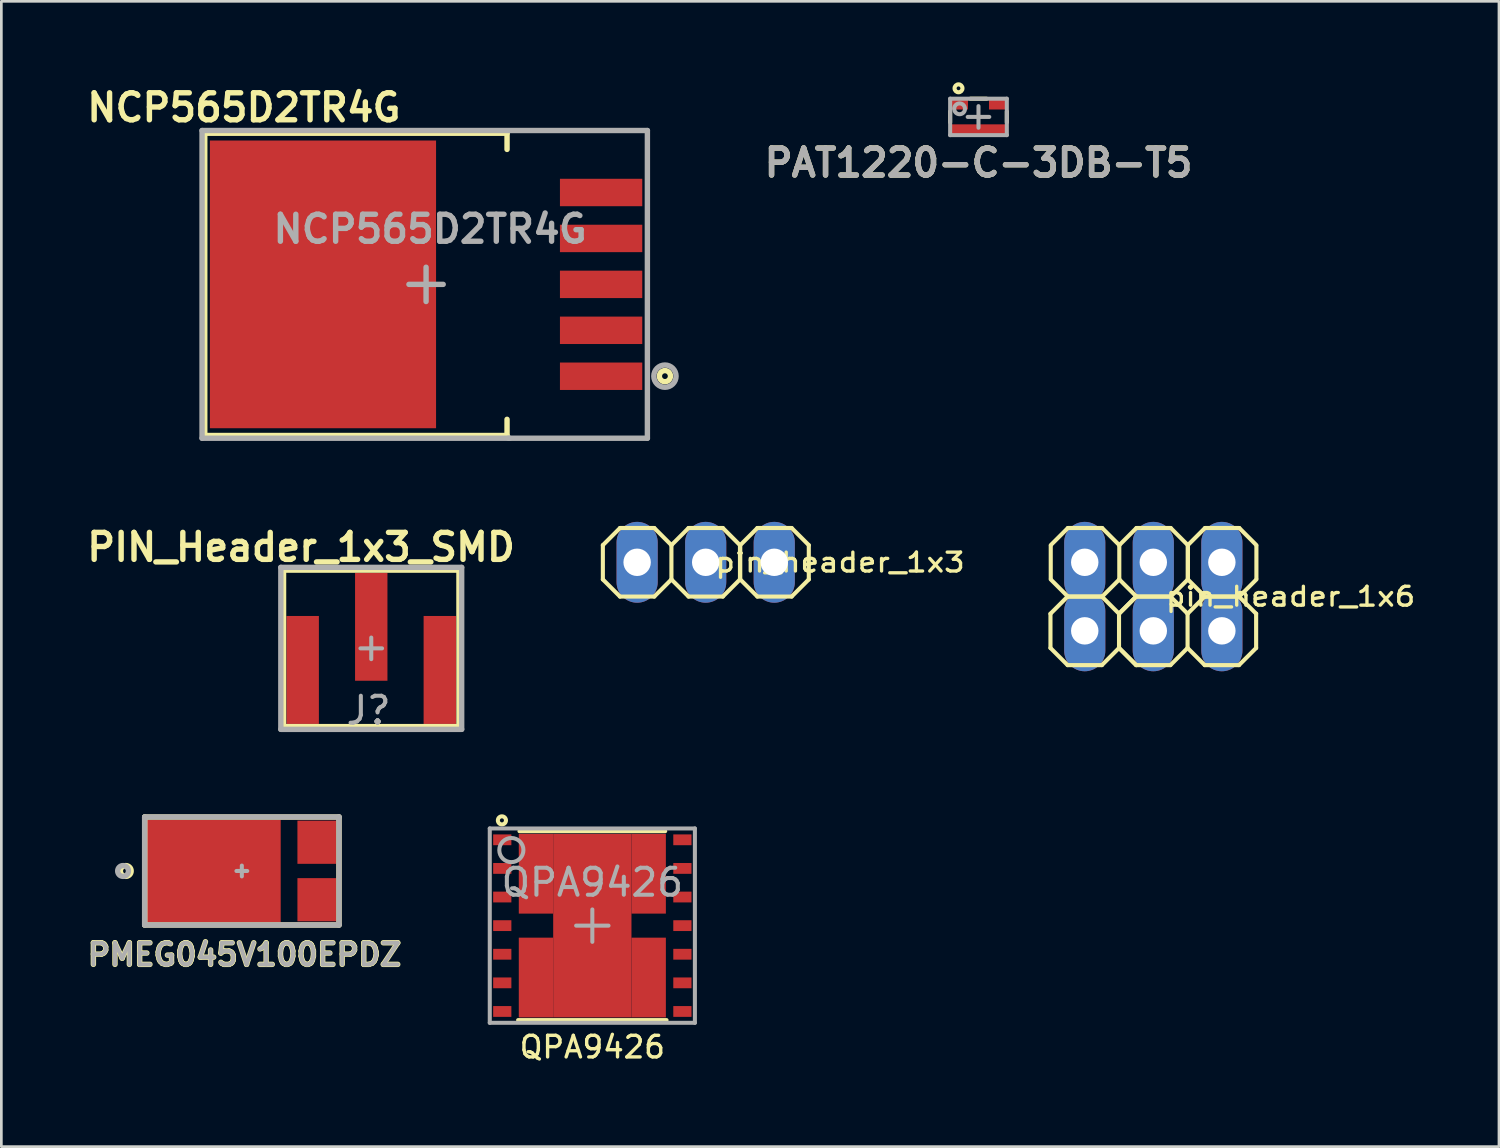
<source format=kicad_pcb>
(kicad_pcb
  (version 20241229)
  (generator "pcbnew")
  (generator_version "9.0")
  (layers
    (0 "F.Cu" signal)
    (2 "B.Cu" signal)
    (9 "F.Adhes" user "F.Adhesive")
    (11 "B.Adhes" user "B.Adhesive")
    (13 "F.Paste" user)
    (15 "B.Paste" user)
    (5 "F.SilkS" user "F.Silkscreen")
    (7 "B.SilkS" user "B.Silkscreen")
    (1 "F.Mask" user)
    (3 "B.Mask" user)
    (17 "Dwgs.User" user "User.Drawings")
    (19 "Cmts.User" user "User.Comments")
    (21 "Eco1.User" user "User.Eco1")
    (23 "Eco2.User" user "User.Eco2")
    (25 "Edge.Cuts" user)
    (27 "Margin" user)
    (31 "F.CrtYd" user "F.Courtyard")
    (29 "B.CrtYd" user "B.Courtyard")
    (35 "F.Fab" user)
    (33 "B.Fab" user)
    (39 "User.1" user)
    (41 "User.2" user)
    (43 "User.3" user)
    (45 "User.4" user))
  (footprint "PIN_Header_1x3_SMD"
    (layer "F.Cu")
    (at 10.705 20.972)
    (property "Reference" "PIN_Header_1x3_SMD" (at -2.6 -3.75 0) (layer "F.SilkS") (effects (font (size 1 1) (thickness 0.2))))
    (attr smd)
    (fp_line (start -3.25 -2.9) (end -3.25 2.9) (stroke (width 0.2) (type solid)) (layer "F.SilkS"))
    (fp_line (start -3.25 -2.9) (end 3.25 -2.9) (stroke (width 0.2) (type solid)) (layer "F.SilkS"))
    (fp_line (start 3.25 -2.9) (end 3.25 2.9) (stroke (width 0.2) (type solid)) (layer "F.SilkS"))
    (fp_line (start 3.25 2.9) (end -3.25 2.9) (stroke (width 0.2) (type solid)) (layer "F.SilkS"))
    (fp_line (start -3.35 3) (end -3.35 -3) (stroke (width 0.2) (type solid)) (layer "F.Fab"))
    (fp_line (start -3.35 3) (end 3.35 3) (stroke (width 0.2) (type solid)) (layer "F.Fab"))
    (fp_line (start -0.4 0) (end 0.4 0) (stroke (width 0.15) (type solid)) (layer "F.Fab"))
    (fp_line (start 0 -0.4) (end 0 0.4) (stroke (width 0.15) (type solid)) (layer "F.Fab"))
    (fp_line (start 3.35 -3) (end -3.35 -3) (stroke (width 0.2) (type solid)) (layer "F.Fab"))
    (fp_line (start 3.35 -3) (end 3.35 3) (stroke (width 0.2) (type solid)) (layer "F.Fab"))
    (fp_text user "J?" (at -0.1 2.3 0) (layer "F.Fab") (effects (font (size 1 1) (thickness 0.15))))
    (pad "1" smd rect (at -2.54 0.8) (size 1.2 4) (layers "F.Cu" "F.Mask" "F.Paste"))
    (pad "2" smd rect (at 0 -0.8) (size 1.2 4) (layers "F.Cu" "F.Mask" "F.Paste"))
    (pad "3" smd rect (at 2.54 0.8) (size 1.2 4) (layers "F.Cu" "F.Mask" "F.Paste")))
  (footprint "pin_header_1x3"
    (layer "F.Cu")
    (at 23.101 17.783)
    (property "Reference" "pin_header_1x3" (at 4.972 0.005 0) (layer "F.SilkS") (effects (font (size 0.699 0.798) (thickness 0.124))))
    (attr smd)
    (fp_line (start -3.815 -0.635) (end -3.18 -1.27) (stroke (width 0.152) (type solid)) (layer "F.SilkS"))
    (fp_line (start -3.815 0.635) (end -3.815 -0.635) (stroke (width 0.152) (type solid)) (layer "F.SilkS"))
    (fp_line (start -3.18 -1.27) (end -1.91 -1.27) (stroke (width 0.152) (type solid)) (layer "F.SilkS"))
    (fp_line (start -3.18 1.27) (end -3.815 0.635) (stroke (width 0.152) (type solid)) (layer "F.SilkS"))
    (fp_line (start -1.91 -1.27) (end -1.275 -0.635) (stroke (width 0.152) (type solid)) (layer "F.SilkS"))
    (fp_line (start -1.91 1.27) (end -3.18 1.27) (stroke (width 0.152) (type solid)) (layer "F.SilkS"))
    (fp_line (start -1.275 -0.635) (end -0.64 -1.27) (stroke (width 0.152) (type solid)) (layer "F.SilkS"))
    (fp_line (start -1.275 -0.599) (end -1.275 0.599) (stroke (width 0.152) (type solid)) (layer "F.SilkS"))
    (fp_line (start -1.275 0.635) (end -1.91 1.27) (stroke (width 0.152) (type solid)) (layer "F.SilkS"))
    (fp_line (start -0.64 -1.27) (end 0.63 -1.27) (stroke (width 0.152) (type solid)) (layer "F.SilkS"))
    (fp_line (start -0.64 1.27) (end -1.275 0.635) (stroke (width 0.152) (type solid)) (layer "F.SilkS"))
    (fp_line (start 0.63 -1.27) (end 1.265 -0.635) (stroke (width 0.152) (type solid)) (layer "F.SilkS"))
    (fp_line (start 0.63 1.27) (end -0.64 1.27) (stroke (width 0.152) (type solid)) (layer "F.SilkS"))
    (fp_line (start 1.265 -0.635) (end 1.265 0.635) (stroke (width 0.152) (type solid)) (layer "F.SilkS"))
    (fp_line (start 1.265 0.635) (end 0.63 1.27) (stroke (width 0.152) (type solid)) (layer "F.SilkS"))
    (fp_line (start 1.275 -0.635) (end 1.91 -1.27) (stroke (width 0.152) (type solid)) (layer "F.SilkS"))
    (fp_line (start 1.275 -0.599) (end 1.275 0.599) (stroke (width 0.152) (type solid)) (layer "F.SilkS"))
    (fp_line (start 1.91 -1.27) (end 3.18 -1.27) (stroke (width 0.152) (type solid)) (layer "F.SilkS"))
    (fp_line (start 1.91 1.27) (end 1.275 0.635) (stroke (width 0.152) (type solid)) (layer "F.SilkS"))
    (fp_line (start 3.18 -1.27) (end 3.815 -0.635) (stroke (width 0.152) (type solid)) (layer "F.SilkS"))
    (fp_line (start 3.18 1.27) (end 1.91 1.27) (stroke (width 0.152) (type solid)) (layer "F.SilkS"))
    (fp_line (start 3.815 -0.635) (end 3.815 0.635) (stroke (width 0.152) (type solid)) (layer "F.SilkS"))
    (fp_line (start 3.815 0.635) (end 3.18 1.27) (stroke (width 0.152) (type solid)) (layer "F.SilkS"))
    (pad "1" thru_hole oval (at -2.545 0) (size 1.524 2.995) (drill 1.016) (layers "*.Cu" "*.Mask" "B.Paste"))
    (pad "2" thru_hole oval (at -0.005 0) (size 1.524 2.995) (drill 1.016) (layers "*.Cu" "*.Mask" "B.Paste"))
    (pad "3" thru_hole oval (at 2.535 0) (size 1.524 2.995) (drill 1.016) (layers "*.Cu" "*.Mask" "B.Paste")))
  (footprint "PAT1220-C-3DB-T5"
    (layer "F.Cu")
    (at 33.203 1.282)
    (property "Reference" "PAT1220-C-3DB-T5" (at 0 1.7 0) (layer "F.SilkS") (effects (font (size 1 1) (thickness 0.2))))
    (attr through_hole)
    (fp_line (start -1.05 0.2) (end -1.05 -0.2) (stroke (width 0.15) (type solid)) (layer "F.SilkS"))
    (fp_line (start -0.3 -0.675) (end 0.3 -0.675) (stroke (width 0.15) (type solid)) (layer "F.SilkS"))
    (fp_line (start 1.05 0.2) (end 1.05 -0.2) (stroke (width 0.15) (type solid)) (layer "F.SilkS"))
    (fp_circle (center -0.74 -1.06) (end -0.633 -0.96) (stroke (width 0.152) (type solid)) (fill no) (layer "F.SilkS"))
    (fp_line (start -1.05 -0.675) (end -1.05 0.675) (stroke (width 0.15) (type solid)) (layer "F.Fab"))
    (fp_line (start -0.4 0) (end 0.4 0) (stroke (width 0.15) (type solid)) (layer "F.Fab"))
    (fp_line (start 0 -0.4) (end 0 0.4) (stroke (width 0.15) (type solid)) (layer "F.Fab"))
    (fp_line (start 1.05 -0.675) (end -1.05 -0.675) (stroke (width 0.15) (type solid)) (layer "F.Fab"))
    (fp_line (start 1.05 -0.675) (end 1.05 0.675) (stroke (width 0.15) (type solid)) (layer "F.Fab"))
    (fp_line (start 1.05 0.675) (end -1.05 0.675) (stroke (width 0.15) (type solid)) (layer "F.Fab"))
    (fp_circle (center -0.7 -0.3) (end -0.5 -0.3) (stroke (width 0.15) (type solid)) (fill no) (layer "F.Fab"))
    (fp_text user "${REFERENCE}" (at 0 1.7 0) (layer "F.Fab") (effects (font (size 1 1) (thickness 0.2))))
    (pad "1" smd rect (at -0.74 -0.475) (size 0.7 0.4) (layers "F.Cu" "F.Mask" "F.Paste"))
    (pad "2" smd rect (at 0.74 -0.475) (size 0.7 0.4) (layers "F.Cu" "F.Mask" "F.Paste"))
    (pad "3" smd rect (at 0 0.475) (size 2.1 0.4) (layers "F.Cu" "F.Mask" "F.Paste")))
  (footprint "pin_header_1x6"
    (layer "F.Cu")
    (at 39.685 19.053)
    (property "Reference" "pin_header_1x6" (at 5.08 0 0) (layer "F.SilkS") (effects (font (size 0.699 0.798) (thickness 0.124))))
    (attr smd)
    (fp_line (start -3.815 0.635) (end -3.18 0) (stroke (width 0.152) (type solid)) (layer "F.SilkS"))
    (fp_line (start -3.815 1.905) (end -3.815 0.635) (stroke (width 0.152) (type solid)) (layer "F.SilkS"))
    (fp_line (start -3.805 -1.905) (end -3.17 -2.54) (stroke (width 0.152) (type solid)) (layer "F.SilkS"))
    (fp_line (start -3.805 -1.869) (end -3.805 -0.671) (stroke (width 0.152) (type solid)) (layer "F.SilkS"))
    (fp_line (start -3.18 0) (end -1.91 0) (stroke (width 0.152) (type solid)) (layer "F.SilkS"))
    (fp_line (start -3.18 2.54) (end -3.815 1.905) (stroke (width 0.152) (type solid)) (layer "F.SilkS"))
    (fp_line (start -3.17 -2.54) (end -1.9 -2.54) (stroke (width 0.152) (type solid)) (layer "F.SilkS"))
    (fp_line (start -3.17 0) (end -3.805 -0.635) (stroke (width 0.152) (type solid)) (layer "F.SilkS"))
    (fp_line (start -1.91 0) (end -1.275 0.635) (stroke (width 0.152) (type solid)) (layer "F.SilkS"))
    (fp_line (start -1.91 2.54) (end -3.18 2.54) (stroke (width 0.152) (type solid)) (layer "F.SilkS"))
    (fp_line (start -1.9 -2.54) (end -1.265 -1.905) (stroke (width 0.152) (type solid)) (layer "F.SilkS"))
    (fp_line (start -1.9 0) (end -3.17 0) (stroke (width 0.152) (type solid)) (layer "F.SilkS"))
    (fp_line (start -1.275 0.635) (end -0.64 0) (stroke (width 0.152) (type solid)) (layer "F.SilkS"))
    (fp_line (start -1.275 0.635) (end -0.64 0) (stroke (width 0.152) (type solid)) (layer "F.SilkS"))
    (fp_line (start -1.275 1.905) (end -1.91 2.54) (stroke (width 0.152) (type solid)) (layer "F.SilkS"))
    (fp_line (start -1.275 1.905) (end -1.275 0.635) (stroke (width 0.152) (type solid)) (layer "F.SilkS"))
    (fp_line (start -1.265 -1.905) (end -1.265 -0.635) (stroke (width 0.152) (type solid)) (layer "F.SilkS"))
    (fp_line (start -1.265 -1.905) (end -0.63 -2.54) (stroke (width 0.152) (type solid)) (layer "F.SilkS"))
    (fp_line (start -1.265 -0.635) (end -1.9 0) (stroke (width 0.152) (type solid)) (layer "F.SilkS"))
    (fp_line (start -0.64 0) (end 0.63 0) (stroke (width 0.152) (type solid)) (layer "F.SilkS"))
    (fp_line (start -0.64 2.54) (end -1.275 1.905) (stroke (width 0.152) (type solid)) (layer "F.SilkS"))
    (fp_line (start -0.64 2.54) (end -1.275 1.905) (stroke (width 0.152) (type solid)) (layer "F.SilkS"))
    (fp_line (start -0.63 -2.54) (end 0.64 -2.54) (stroke (width 0.152) (type solid)) (layer "F.SilkS"))
    (fp_line (start -0.63 0) (end -1.265 -0.635) (stroke (width 0.152) (type solid)) (layer "F.SilkS"))
    (fp_line (start 0.63 0) (end 1.265 0.635) (stroke (width 0.152) (type solid)) (layer "F.SilkS"))
    (fp_line (start 0.63 2.54) (end -0.64 2.54) (stroke (width 0.152) (type solid)) (layer "F.SilkS"))
    (fp_line (start 0.64 -2.54) (end 1.275 -1.905) (stroke (width 0.152) (type solid)) (layer "F.SilkS"))
    (fp_line (start 0.64 0) (end -0.63 0) (stroke (width 0.152) (type solid)) (layer "F.SilkS"))
    (fp_line (start 1.265 0.635) (end 1.9 0) (stroke (width 0.152) (type solid)) (layer "F.SilkS"))
    (fp_line (start 1.265 0.671) (end 1.265 1.869) (stroke (width 0.152) (type solid)) (layer "F.SilkS"))
    (fp_line (start 1.265 1.905) (end 0.63 2.54) (stroke (width 0.152) (type solid)) (layer "F.SilkS"))
    (fp_line (start 1.275 -1.905) (end 1.275 -0.635) (stroke (width 0.152) (type solid)) (layer "F.SilkS"))
    (fp_line (start 1.275 -1.905) (end 1.91 -2.54) (stroke (width 0.152) (type solid)) (layer "F.SilkS"))
    (fp_line (start 1.275 -1.869) (end 1.275 -0.671) (stroke (width 0.152) (type solid)) (layer "F.SilkS"))
    (fp_line (start 1.275 -0.635) (end 0.64 0) (stroke (width 0.152) (type solid)) (layer "F.SilkS"))
    (fp_line (start 1.9 0) (end 3.17 0) (stroke (width 0.152) (type solid)) (layer "F.SilkS"))
    (fp_line (start 1.9 2.54) (end 1.265 1.905) (stroke (width 0.152) (type solid)) (layer "F.SilkS"))
    (fp_line (start 1.91 -2.54) (end 3.18 -2.54) (stroke (width 0.152) (type solid)) (layer "F.SilkS"))
    (fp_line (start 1.91 0) (end 1.275 -0.635) (stroke (width 0.152) (type solid)) (layer "F.SilkS"))
    (fp_line (start 3.17 0) (end 3.805 0.635) (stroke (width 0.152) (type solid)) (layer "F.SilkS"))
    (fp_line (start 3.17 2.54) (end 1.9 2.54) (stroke (width 0.152) (type solid)) (layer "F.SilkS"))
    (fp_line (start 3.18 -2.54) (end 3.815 -1.905) (stroke (width 0.152) (type solid)) (layer "F.SilkS"))
    (fp_line (start 3.18 0) (end 1.91 0) (stroke (width 0.152) (type solid)) (layer "F.SilkS"))
    (fp_line (start 3.805 0.635) (end 3.805 1.905) (stroke (width 0.152) (type solid)) (layer "F.SilkS"))
    (fp_line (start 3.805 1.905) (end 3.17 2.54) (stroke (width 0.152) (type solid)) (layer "F.SilkS"))
    (fp_line (start 3.815 -1.869) (end 3.815 -0.671) (stroke (width 0.152) (type solid)) (layer "F.SilkS"))
    (fp_line (start 3.815 -0.635) (end 3.18 0) (stroke (width 0.152) (type solid)) (layer "F.SilkS"))
    (pad "1" thru_hole oval (at -2.545 1.27) (size 1.524 2.995) (drill 1.016) (layers "*.Cu" "*.Mask" "B.Paste"))
    (pad "2" thru_hole oval (at -0.005 1.27) (size 1.524 2.995) (drill 1.016) (layers "*.Cu" "*.Mask" "B.Paste"))
    (pad "3" thru_hole oval (at 2.535 1.27) (size 1.524 2.995) (drill 1.016) (layers "*.Cu" "*.Mask" "B.Paste"))
    (pad "4" thru_hole oval (at -2.545 -1.27) (size 1.524 2.995) (drill 1.016) (layers "*.Cu" "*.Mask" "B.Paste"))
    (pad "5" thru_hole oval (at -0.005 -1.27) (size 1.524 2.995) (drill 1.016) (layers "*.Cu" "*.Mask" "B.Paste"))
    (pad "6" thru_hole oval (at 2.535 -1.27) (size 1.524 2.995) (drill 1.016) (layers "*.Cu" "*.Mask" "B.Paste")))
  (footprint "PMEG045V100EPDZ"
    (layer "F.Cu")
    (at 5.91 29.22)
    (property "Reference" "PMEG045V100EPDZ" (at 0.1 3.1 0) (layer "F.SilkS") (effects (font (size 0.8 0.8) (thickness 0.2))))
    (attr smd)
    (fp_line (start -3.6 -2) (end 3.6 -2) (stroke (width 0.2) (type solid)) (layer "F.SilkS"))
    (fp_line (start -3.6 2) (end -3.6 -2) (stroke (width 0.2) (type solid)) (layer "F.SilkS"))
    (fp_line (start 3.6 -2) (end 3.6 2) (stroke (width 0.2) (type solid)) (layer "F.SilkS"))
    (fp_line (start 3.6 2) (end -3.6 2) (stroke (width 0.2) (type solid)) (layer "F.SilkS"))
    (fp_circle (center -4.3 0) (end -4.1 0) (stroke (width 0.2) (type solid)) (fill no) (layer "F.SilkS"))
    (fp_line (start -3.6 -2) (end 3.6 -2) (stroke (width 0.2) (type solid)) (layer "F.Fab"))
    (fp_line (start -3.6 2) (end -3.6 -2) (stroke (width 0.2) (type solid)) (layer "F.Fab"))
    (fp_line (start -0.2 0) (end 0.2 0) (stroke (width 0.15) (type solid)) (layer "F.Fab"))
    (fp_line (start 0 -0.2) (end 0 0.2) (stroke (width 0.15) (type solid)) (layer "F.Fab"))
    (fp_line (start 3.6 -2) (end 3.6 2) (stroke (width 0.2) (type solid)) (layer "F.Fab"))
    (fp_line (start 3.6 2) (end -3.6 2) (stroke (width 0.2) (type solid)) (layer "F.Fab"))
    (fp_circle (center -4.4 0) (end -4.2 0) (stroke (width 0.2) (type solid)) (fill no) (layer "F.Fab"))
    (fp_text user "${REFERENCE}" (at 0.1 3.1 0) (layer "F.Fab") (effects (font (size 0.8 0.8) (thickness 0.15))))
    (pad "1" smd rect (at -3.15 0) (size 0.6 2.4) (layers "F.Cu" "F.Mask" "F.Paste"))
    (pad "1" smd rect (at -1.7 -0.95) (size 1.9 1.7) (layers "F.Cu" "F.Mask" "F.Paste"))
    (pad "1" smd rect (at -1.7 0.95) (size 1.9 1.7) (layers "F.Cu" "F.Mask" "F.Paste"))
    (pad "1" smd rect (at -1.04 0) (size 4.96 3.8) (layers "F.Cu" "F.Mask"))
    (pad "1" smd rect (at 0.4 -0.95) (size 1.9 1.7) (layers "F.Cu" "F.Mask" "F.Paste"))
    (pad "1" smd rect (at 0.4 0.95) (size 1.9 1.7) (layers "F.Cu" "F.Mask" "F.Paste"))
    (pad "2" smd rect (at 2.78 -1.065) (size 1.4 1.34) (layers "F.Cu" "F.Mask" "F.Paste"))
    (pad "2" smd rect (at 2.78 -1.065) (size 1.44 1.6) (layers "F.Cu" "F.Mask"))
    (pad "2" smd rect (at 2.78 1.065) (size 1.4 1.34) (layers "F.Cu" "F.Mask" "F.Paste"))
    (pad "2" smd rect (at 2.78 1.065) (size 1.44 1.6) (layers "F.Cu" "F.Mask")))
  (footprint "QPA9426"
    (layer "F.Cu")
    (at 18.896 31.245)
    (property "Reference" "QPA9426" (at 0 4.5 0) (layer "F.SilkS") (effects (font (size 0.8 0.8) (thickness 0.125))))
    (attr through_hole)
    (fp_line (start -2.75 3.5) (end 2.75 3.5) (stroke (width 0.15) (type solid)) (layer "F.SilkS"))
    (fp_line (start -2.7 -3.5) (end 2.7 -3.5) (stroke (width 0.15) (type solid)) (layer "F.SilkS"))
    (fp_circle (center -3.35 -3.9) (end -3.2 -3.9) (stroke (width 0.15) (type solid)) (fill no) (layer "F.SilkS"))
    (fp_line (start -3.8 -3.6) (end 3.8 -3.6) (stroke (width 0.15) (type solid)) (layer "F.Fab"))
    (fp_line (start -3.8 3.6) (end -3.8 -3.6) (stroke (width 0.15) (type solid)) (layer "F.Fab"))
    (fp_line (start -0.6 0) (end 0.6 0) (stroke (width 0.15) (type solid)) (layer "F.Fab"))
    (fp_line (start 0 -0.6) (end 0 0.6) (stroke (width 0.15) (type solid)) (layer "F.Fab"))
    (fp_line (start 3.8 -3.6) (end 3.8 3.6) (stroke (width 0.15) (type solid)) (layer "F.Fab"))
    (fp_line (start 3.8 3.6) (end -3.8 3.6) (stroke (width 0.15) (type solid)) (layer "F.Fab"))
    (fp_circle (center -3 -2.8) (end -2.6 -2.6) (stroke (width 0.15) (type solid)) (fill no) (layer "F.Fab"))
    (fp_text user "${REFERENCE}" (at 0 -1.6 0) (layer "F.Fab") (effects (font (size 1 1) (thickness 0.15))))
    (pad "1" smd rect (at -3.337 -3.18) (size 0.675 0.4) (layers "F.Cu" "F.Mask" "F.Paste"))
    (pad "2" smd rect (at -3.337 -2.12) (size 0.675 0.4) (layers "F.Cu" "F.Mask" "F.Paste"))
    (pad "3" smd rect (at -3.337 -1.06) (size 0.675 0.4) (layers "F.Cu" "F.Mask" "F.Paste"))
    (pad "4" smd rect (at -3.337 0) (size 0.675 0.4) (layers "F.Cu" "F.Mask" "F.Paste"))
    (pad "5" smd rect (at -3.337 1.06) (size 0.675 0.4) (layers "F.Cu" "F.Mask" "F.Paste"))
    (pad "6" smd rect (at -3.337 2.12) (size 0.675 0.4) (layers "F.Cu" "F.Mask" "F.Paste"))
    (pad "7" smd rect (at -3.337 3.18) (size 0.675 0.4) (layers "F.Cu" "F.Mask" "F.Paste"))
    (pad "8" smd rect (at 3.337 3.18) (size 0.675 0.4) (layers "F.Cu" "F.Mask" "F.Paste"))
    (pad "9" smd rect (at 3.337 2.12) (size 0.675 0.4) (layers "F.Cu" "F.Mask" "F.Paste"))
    (pad "10" smd rect (at 3.337 1.06) (size 0.675 0.4) (layers "F.Cu" "F.Mask" "F.Paste"))
    (pad "11" smd rect (at 3.337 0) (size 0.675 0.4) (layers "F.Cu" "F.Mask" "F.Paste"))
    (pad "12" smd rect (at 3.337 -1.06) (size 0.675 0.4) (layers "F.Cu" "F.Mask" "F.Paste"))
    (pad "13" smd rect (at 3.337 -2.12) (size 0.675 0.4) (layers "F.Cu" "F.Mask" "F.Paste"))
    (pad "14" smd rect (at 3.337 -3.18) (size 0.675 0.4) (layers "F.Cu" "F.Mask" "F.Paste"))
    (pad "15" smd rect (at -2.087 -1.923) (size 1.275 2.955) (layers "F.Cu" "F.Mask" "F.Paste"))
    (pad "15" smd rect (at -2.087 1.923) (size 1.275 2.955) (layers "F.Cu" "F.Mask" "F.Paste"))
    (pad "15" smd rect (at 0 0) (size 2.9 6.8) (layers "F.Cu" "F.Mask" "F.Paste"))
    (pad "15" smd rect (at 2.087 -1.923) (size 1.275 2.955) (layers "F.Cu" "F.Mask" "F.Paste"))
    (pad "15" smd rect (at 2.087 1.923) (size 1.275 2.955) (layers "F.Cu" "F.Mask" "F.Paste")))
  (footprint "NCP565D2TR4G"
    (layer "F.Cu")
    (at 12.736 7.486)
    (property "Reference" "NCP565D2TR4G" (at -6.75 -6.55 0) (layer "F.SilkS") (effects (font (size 1 1) (thickness 0.2))))
    (attr through_hole)
    (fp_line (start -8.2 -5.6) (end -8.2 5.6) (stroke (width 0.2) (type solid)) (layer "F.SilkS"))
    (fp_line (start -8.2 -5.6) (end 3 -5.6) (stroke (width 0.2) (type solid)) (layer "F.SilkS"))
    (fp_line (start -8.2 5.6) (end 3 5.6) (stroke (width 0.2) (type solid)) (layer "F.SilkS"))
    (fp_line (start 3 -5.6) (end 3 -5) (stroke (width 0.2) (type solid)) (layer "F.SilkS"))
    (fp_line (start 3 5.6) (end 3 5) (stroke (width 0.2) (type solid)) (layer "F.SilkS"))
    (fp_circle (center 8.85 3.4) (end 9.05 3.35) (stroke (width 0.2) (type solid)) (fill no) (layer "F.SilkS"))
    (fp_line (start -8.3 -5.7) (end 8.2 -5.7) (stroke (width 0.2) (type solid)) (layer "F.Fab"))
    (fp_line (start -8.3 5.7) (end -8.3 -5.7) (stroke (width 0.2) (type solid)) (layer "F.Fab"))
    (fp_line (start -0.635 0) (end 0.635 0) (stroke (width 0.2) (type solid)) (layer "F.Fab"))
    (fp_line (start 0 -0.635) (end 0 0.635) (stroke (width 0.2) (type solid)) (layer "F.Fab"))
    (fp_line (start 3.1 5.7) (end -8.3 5.7) (stroke (width 0.2) (type solid)) (layer "F.Fab"))
    (fp_line (start 8.2 -5.7) (end 8.2 5.7) (stroke (width 0.2) (type solid)) (layer "F.Fab"))
    (fp_line (start 8.2 5.7) (end 3.05 5.7) (stroke (width 0.2) (type solid)) (layer "F.Fab"))
    (fp_circle (center 8.85 3.4) (end 9.25 3.5) (stroke (width 0.2) (type solid)) (fill no) (layer "F.Fab"))
    (fp_text user "${REFERENCE}" (at 0.15 -2.05 0) (layer "F.Fab") (effects (font (size 1 1) (thickness 0.2))))
    (pad "1" smd rect (at 6.485 3.404) (size 3.05 1.016) (layers "F.Cu" "F.Mask" "F.Paste"))
    (pad "2" smd rect (at 6.485 1.702) (size 3.05 1.016) (layers "F.Cu" "F.Mask" "F.Paste"))
    (pad "3" smd rect (at -3.82 0) (size 8.38 10.66) (layers "F.Cu" "F.Mask" "F.Paste"))
    (pad "3" smd rect (at 6.485 0) (size 3.05 1.016) (layers "F.Cu" "F.Mask" "F.Paste"))
    (pad "4" smd rect (at 6.485 -1.702) (size 3.05 1.016) (layers "F.Cu" "F.Mask" "F.Paste"))
    (pad "5" smd rect (at 6.485 -3.404) (size 3.05 1.016) (layers "F.Cu" "F.Mask" "F.Paste")))
  (gr_rect
    (start -3 -3)
    (end 52.487 39.433)
    (stroke (width 0.1) (type default))
    (fill no)
    (layer "Edge.Cuts")))
</source>
